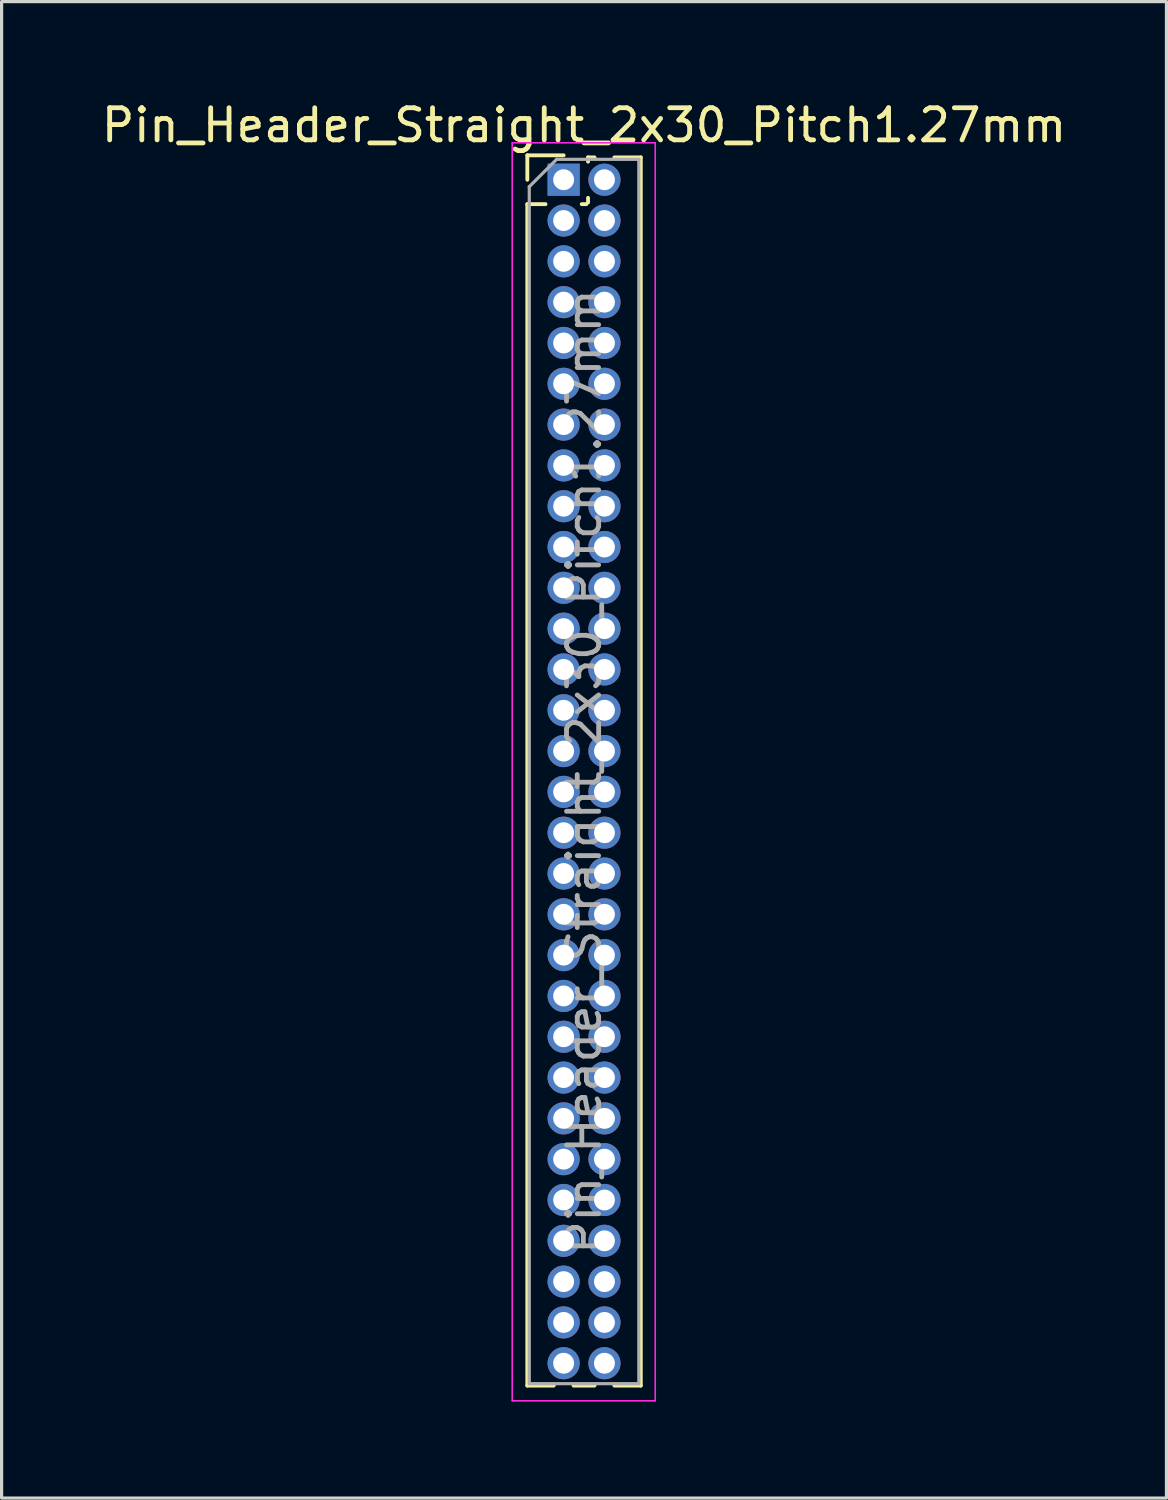
<source format=kicad_pcb>
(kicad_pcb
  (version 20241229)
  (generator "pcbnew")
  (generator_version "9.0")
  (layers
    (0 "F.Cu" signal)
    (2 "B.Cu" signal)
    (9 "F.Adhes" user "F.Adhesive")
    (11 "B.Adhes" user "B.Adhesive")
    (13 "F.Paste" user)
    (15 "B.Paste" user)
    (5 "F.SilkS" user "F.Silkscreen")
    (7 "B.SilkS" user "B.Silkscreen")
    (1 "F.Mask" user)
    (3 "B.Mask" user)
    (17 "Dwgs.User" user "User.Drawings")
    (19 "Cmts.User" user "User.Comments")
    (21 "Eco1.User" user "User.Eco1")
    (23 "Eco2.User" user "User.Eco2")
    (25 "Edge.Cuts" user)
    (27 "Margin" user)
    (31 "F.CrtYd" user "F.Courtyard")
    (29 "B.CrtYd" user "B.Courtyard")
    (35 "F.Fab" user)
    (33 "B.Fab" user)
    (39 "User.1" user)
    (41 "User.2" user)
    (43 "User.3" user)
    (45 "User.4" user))
  (footprint "Pin_Header_Straight_2x30_Pitch1.27mm"
    (layer "F.Cu")
    (at 14.49 2.543)
    (property "Reference" "Pin_Header_Straight_2x30_Pitch1.27mm" (at 0.635 -1.695 0) (layer "F.SilkS") (effects (font (size 1 1) (thickness 0.15))))
    (attr through_hole)
    (fp_line (start -1.13 -0.76) (end 0 -0.76) (stroke (width 0.12) (type solid)) (layer "F.SilkS"))
    (fp_line (start -1.13 0) (end -1.13 -0.76) (stroke (width 0.12) (type solid)) (layer "F.SilkS"))
    (fp_line (start -1.13 0.76) (end -1.13 37.525) (stroke (width 0.12) (type solid)) (layer "F.SilkS"))
    (fp_line (start -1.13 0.76) (end -0.563 0.76) (stroke (width 0.12) (type solid)) (layer "F.SilkS"))
    (fp_line (start -1.13 37.525) (end -0.308 37.525) (stroke (width 0.12) (type solid)) (layer "F.SilkS"))
    (fp_line (start 0.308 37.525) (end 0.962 37.525) (stroke (width 0.12) (type solid)) (layer "F.SilkS"))
    (fp_line (start 0.563 0.76) (end 0.707 0.76) (stroke (width 0.12) (type solid)) (layer "F.SilkS"))
    (fp_line (start 0.76 -0.695) (end 0.962 -0.695) (stroke (width 0.12) (type solid)) (layer "F.SilkS"))
    (fp_line (start 0.76 -0.563) (end 0.76 -0.695) (stroke (width 0.12) (type solid)) (layer "F.SilkS"))
    (fp_line (start 0.76 0.707) (end 0.76 0.563) (stroke (width 0.12) (type solid)) (layer "F.SilkS"))
    (fp_line (start 1.578 -0.695) (end 2.4 -0.695) (stroke (width 0.12) (type solid)) (layer "F.SilkS"))
    (fp_line (start 1.578 37.525) (end 2.4 37.525) (stroke (width 0.12) (type solid)) (layer "F.SilkS"))
    (fp_line (start 2.4 -0.695) (end 2.4 37.525) (stroke (width 0.12) (type solid)) (layer "F.SilkS"))
    (fp_line (start -1.6 -1.15) (end -1.6 38) (stroke (width 0.05) (type solid)) (layer "F.CrtYd"))
    (fp_line (start -1.6 38) (end 2.85 38) (stroke (width 0.05) (type solid)) (layer "F.CrtYd"))
    (fp_line (start 2.85 -1.15) (end -1.6 -1.15) (stroke (width 0.05) (type solid)) (layer "F.CrtYd"))
    (fp_line (start 2.85 38) (end 2.85 -1.15) (stroke (width 0.05) (type solid)) (layer "F.CrtYd"))
    (fp_line (start -1.07 0.217) (end -0.217 -0.635) (stroke (width 0.1) (type solid)) (layer "F.Fab"))
    (fp_line (start -1.07 37.465) (end -1.07 0.217) (stroke (width 0.1) (type solid)) (layer "F.Fab"))
    (fp_line (start -0.217 -0.635) (end 2.34 -0.635) (stroke (width 0.1) (type solid)) (layer "F.Fab"))
    (fp_line (start 2.34 -0.635) (end 2.34 37.465) (stroke (width 0.1) (type solid)) (layer "F.Fab"))
    (fp_line (start 2.34 37.465) (end -1.07 37.465) (stroke (width 0.1) (type solid)) (layer "F.Fab"))
    (fp_text user "${REFERENCE}" (at 0.635 18.415 90) (layer "F.Fab") (effects (font (size 1 1) (thickness 0.15))))
    (pad "1" thru_hole rect (at 0 0) (size 1 1) (drill 0.65) (layers "*.Cu" "*.Mask"))
    (pad "2" thru_hole oval (at 1.27 0) (size 1 1) (drill 0.65) (layers "*.Cu" "*.Mask"))
    (pad "3" thru_hole oval (at 0 1.27) (size 1 1) (drill 0.65) (layers "*.Cu" "*.Mask"))
    (pad "4" thru_hole oval (at 1.27 1.27) (size 1 1) (drill 0.65) (layers "*.Cu" "*.Mask"))
    (pad "5" thru_hole oval (at 0 2.54) (size 1 1) (drill 0.65) (layers "*.Cu" "*.Mask"))
    (pad "6" thru_hole oval (at 1.27 2.54) (size 1 1) (drill 0.65) (layers "*.Cu" "*.Mask"))
    (pad "7" thru_hole oval (at 0 3.81) (size 1 1) (drill 0.65) (layers "*.Cu" "*.Mask"))
    (pad "8" thru_hole oval (at 1.27 3.81) (size 1 1) (drill 0.65) (layers "*.Cu" "*.Mask"))
    (pad "9" thru_hole oval (at 0 5.08) (size 1 1) (drill 0.65) (layers "*.Cu" "*.Mask"))
    (pad "10" thru_hole oval (at 1.27 5.08) (size 1 1) (drill 0.65) (layers "*.Cu" "*.Mask"))
    (pad "11" thru_hole oval (at 0 6.35) (size 1 1) (drill 0.65) (layers "*.Cu" "*.Mask"))
    (pad "12" thru_hole oval (at 1.27 6.35) (size 1 1) (drill 0.65) (layers "*.Cu" "*.Mask"))
    (pad "13" thru_hole oval (at 0 7.62) (size 1 1) (drill 0.65) (layers "*.Cu" "*.Mask"))
    (pad "14" thru_hole oval (at 1.27 7.62) (size 1 1) (drill 0.65) (layers "*.Cu" "*.Mask"))
    (pad "15" thru_hole oval (at 0 8.89) (size 1 1) (drill 0.65) (layers "*.Cu" "*.Mask"))
    (pad "16" thru_hole oval (at 1.27 8.89) (size 1 1) (drill 0.65) (layers "*.Cu" "*.Mask"))
    (pad "17" thru_hole oval (at 0 10.16) (size 1 1) (drill 0.65) (layers "*.Cu" "*.Mask"))
    (pad "18" thru_hole oval (at 1.27 10.16) (size 1 1) (drill 0.65) (layers "*.Cu" "*.Mask"))
    (pad "19" thru_hole oval (at 0 11.43) (size 1 1) (drill 0.65) (layers "*.Cu" "*.Mask"))
    (pad "20" thru_hole oval (at 1.27 11.43) (size 1 1) (drill 0.65) (layers "*.Cu" "*.Mask"))
    (pad "21" thru_hole oval (at 0 12.7) (size 1 1) (drill 0.65) (layers "*.Cu" "*.Mask"))
    (pad "22" thru_hole oval (at 1.27 12.7) (size 1 1) (drill 0.65) (layers "*.Cu" "*.Mask"))
    (pad "23" thru_hole oval (at 0 13.97) (size 1 1) (drill 0.65) (layers "*.Cu" "*.Mask"))
    (pad "24" thru_hole oval (at 1.27 13.97) (size 1 1) (drill 0.65) (layers "*.Cu" "*.Mask"))
    (pad "25" thru_hole oval (at 0 15.24) (size 1 1) (drill 0.65) (layers "*.Cu" "*.Mask"))
    (pad "26" thru_hole oval (at 1.27 15.24) (size 1 1) (drill 0.65) (layers "*.Cu" "*.Mask"))
    (pad "27" thru_hole oval (at 0 16.51) (size 1 1) (drill 0.65) (layers "*.Cu" "*.Mask"))
    (pad "28" thru_hole oval (at 1.27 16.51) (size 1 1) (drill 0.65) (layers "*.Cu" "*.Mask"))
    (pad "29" thru_hole oval (at 0 17.78) (size 1 1) (drill 0.65) (layers "*.Cu" "*.Mask"))
    (pad "30" thru_hole oval (at 1.27 17.78) (size 1 1) (drill 0.65) (layers "*.Cu" "*.Mask"))
    (pad "31" thru_hole oval (at 0 19.05) (size 1 1) (drill 0.65) (layers "*.Cu" "*.Mask"))
    (pad "32" thru_hole oval (at 1.27 19.05) (size 1 1) (drill 0.65) (layers "*.Cu" "*.Mask"))
    (pad "33" thru_hole oval (at 0 20.32) (size 1 1) (drill 0.65) (layers "*.Cu" "*.Mask"))
    (pad "34" thru_hole oval (at 1.27 20.32) (size 1 1) (drill 0.65) (layers "*.Cu" "*.Mask"))
    (pad "35" thru_hole oval (at 0 21.59) (size 1 1) (drill 0.65) (layers "*.Cu" "*.Mask"))
    (pad "36" thru_hole oval (at 1.27 21.59) (size 1 1) (drill 0.65) (layers "*.Cu" "*.Mask"))
    (pad "37" thru_hole oval (at 0 22.86) (size 1 1) (drill 0.65) (layers "*.Cu" "*.Mask"))
    (pad "38" thru_hole oval (at 1.27 22.86) (size 1 1) (drill 0.65) (layers "*.Cu" "*.Mask"))
    (pad "39" thru_hole oval (at 0 24.13) (size 1 1) (drill 0.65) (layers "*.Cu" "*.Mask"))
    (pad "40" thru_hole oval (at 1.27 24.13) (size 1 1) (drill 0.65) (layers "*.Cu" "*.Mask"))
    (pad "41" thru_hole oval (at 0 25.4) (size 1 1) (drill 0.65) (layers "*.Cu" "*.Mask"))
    (pad "42" thru_hole oval (at 1.27 25.4) (size 1 1) (drill 0.65) (layers "*.Cu" "*.Mask"))
    (pad "43" thru_hole oval (at 0 26.67) (size 1 1) (drill 0.65) (layers "*.Cu" "*.Mask"))
    (pad "44" thru_hole oval (at 1.27 26.67) (size 1 1) (drill 0.65) (layers "*.Cu" "*.Mask"))
    (pad "45" thru_hole oval (at 0 27.94) (size 1 1) (drill 0.65) (layers "*.Cu" "*.Mask"))
    (pad "46" thru_hole oval (at 1.27 27.94) (size 1 1) (drill 0.65) (layers "*.Cu" "*.Mask"))
    (pad "47" thru_hole oval (at 0 29.21) (size 1 1) (drill 0.65) (layers "*.Cu" "*.Mask"))
    (pad "48" thru_hole oval (at 1.27 29.21) (size 1 1) (drill 0.65) (layers "*.Cu" "*.Mask"))
    (pad "49" thru_hole oval (at 0 30.48) (size 1 1) (drill 0.65) (layers "*.Cu" "*.Mask"))
    (pad "50" thru_hole oval (at 1.27 30.48) (size 1 1) (drill 0.65) (layers "*.Cu" "*.Mask"))
    (pad "51" thru_hole oval (at 0 31.75) (size 1 1) (drill 0.65) (layers "*.Cu" "*.Mask"))
    (pad "52" thru_hole oval (at 1.27 31.75) (size 1 1) (drill 0.65) (layers "*.Cu" "*.Mask"))
    (pad "53" thru_hole oval (at 0 33.02) (size 1 1) (drill 0.65) (layers "*.Cu" "*.Mask"))
    (pad "54" thru_hole oval (at 1.27 33.02) (size 1 1) (drill 0.65) (layers "*.Cu" "*.Mask"))
    (pad "55" thru_hole oval (at 0 34.29) (size 1 1) (drill 0.65) (layers "*.Cu" "*.Mask"))
    (pad "56" thru_hole oval (at 1.27 34.29) (size 1 1) (drill 0.65) (layers "*.Cu" "*.Mask"))
    (pad "57" thru_hole oval (at 0 35.56) (size 1 1) (drill 0.65) (layers "*.Cu" "*.Mask"))
    (pad "58" thru_hole oval (at 1.27 35.56) (size 1 1) (drill 0.65) (layers "*.Cu" "*.Mask"))
    (pad "59" thru_hole oval (at 0 36.83) (size 1 1) (drill 0.65) (layers "*.Cu" "*.Mask"))
    (pad "60" thru_hole oval (at 1.27 36.83) (size 1 1) (drill 0.65) (layers "*.Cu" "*.Mask")))
  (gr_rect
    (start -3 -3)
    (end 33.25 43.568)
    (stroke (width 0.1) (type default))
    (fill no)
    (layer "Edge.Cuts")))
</source>
